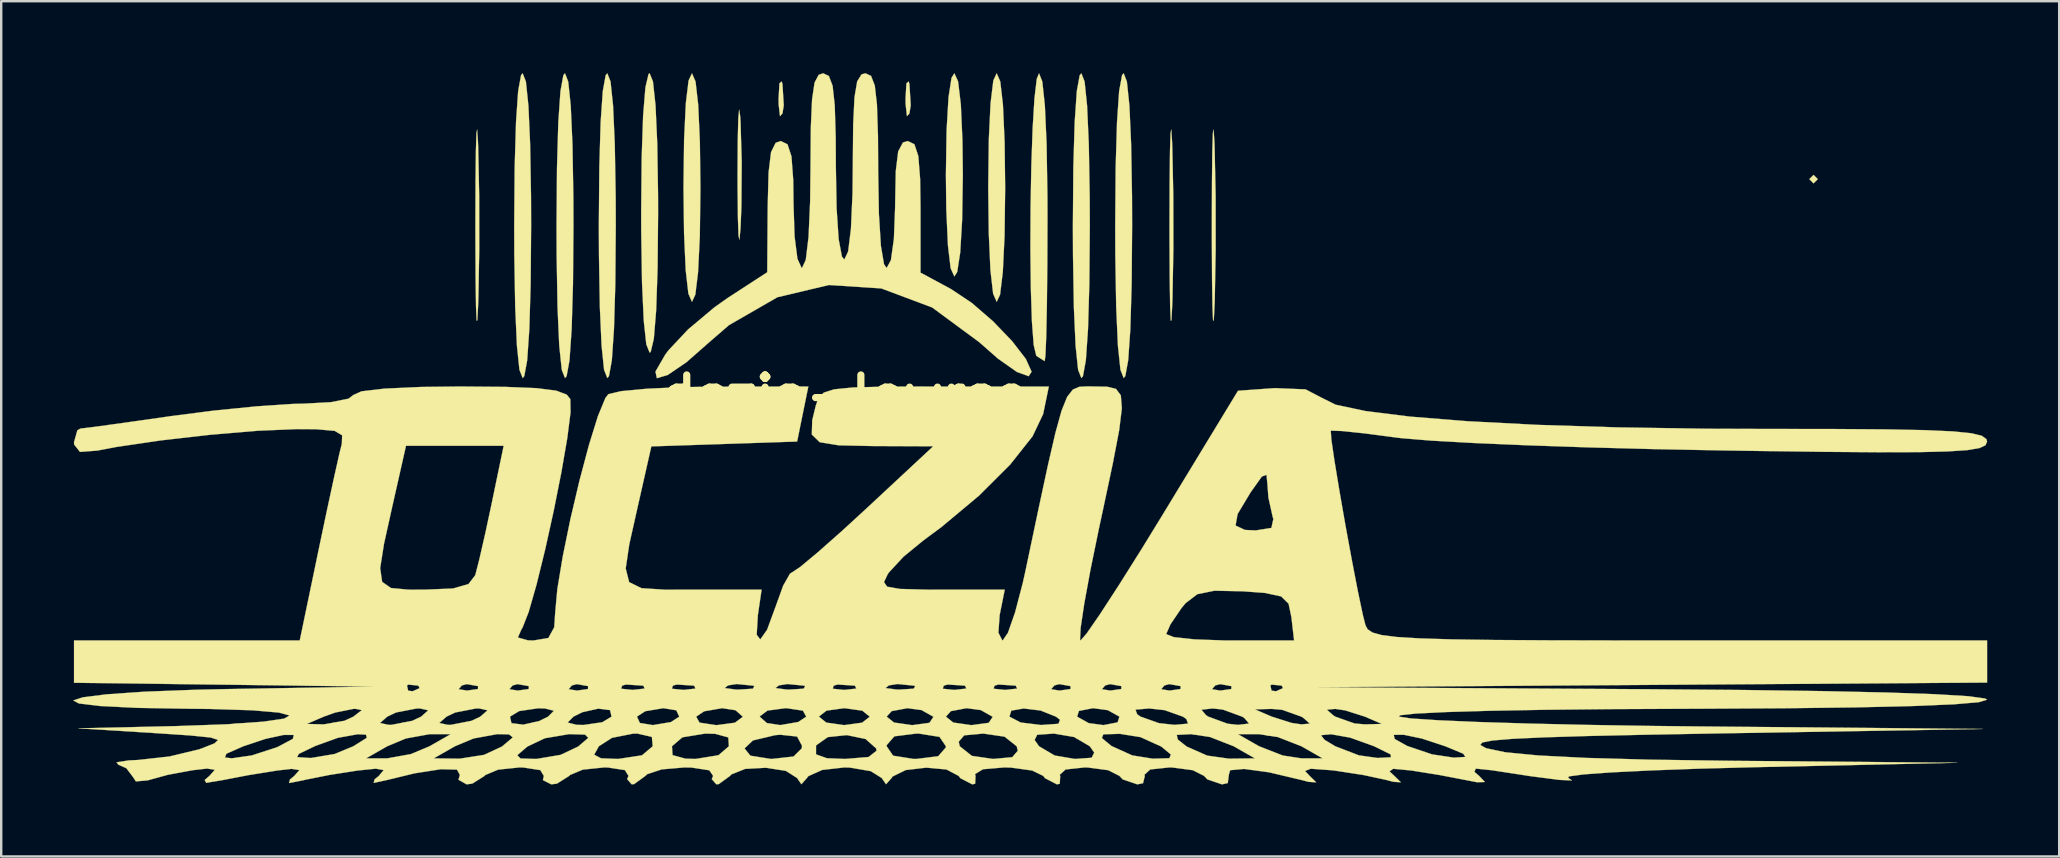
<source format=kicad_pcb>
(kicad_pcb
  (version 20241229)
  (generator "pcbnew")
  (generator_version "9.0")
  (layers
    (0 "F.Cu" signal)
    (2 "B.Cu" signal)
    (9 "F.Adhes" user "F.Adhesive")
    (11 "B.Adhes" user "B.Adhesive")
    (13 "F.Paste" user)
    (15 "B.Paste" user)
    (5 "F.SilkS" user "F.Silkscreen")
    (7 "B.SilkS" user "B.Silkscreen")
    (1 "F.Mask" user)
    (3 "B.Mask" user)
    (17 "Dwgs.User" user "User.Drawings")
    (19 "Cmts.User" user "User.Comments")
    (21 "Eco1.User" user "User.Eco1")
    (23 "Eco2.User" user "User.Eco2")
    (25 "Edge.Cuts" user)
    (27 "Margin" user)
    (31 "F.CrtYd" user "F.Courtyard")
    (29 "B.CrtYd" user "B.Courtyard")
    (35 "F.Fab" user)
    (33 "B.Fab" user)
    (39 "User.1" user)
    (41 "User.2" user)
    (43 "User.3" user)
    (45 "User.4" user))
  (footprint "dczia-lowres"
    (layer "F.Cu")
    (at 32.138 13.411)
    (property "Reference" "dczia-lowres" (at 0 0 0) (layer "F.SilkS") (effects (font (size 1.524 1.524) (thickness 0.3))))
    (attr through_hole)
    (fp_poly (pts (xy 40.569 -8.996) (xy 40.393 -8.819) (xy 40.217 -8.996) (xy 40.393 -9.172) (xy 40.569 -8.996)) (stroke (width 0.01) (type solid)) (fill yes) (layer "F.SilkS"))
    (fp_poly (pts (xy -2.579 -12.965) (xy -2.524 -12.07) (xy -2.579 -11.73) (xy -2.681 -11.62) (xy -2.737 -12.108) (xy -2.74 -12.347) (xy -2.704 -12.989) (xy -2.612 -13.065) (xy -2.579 -12.965)) (stroke (width 0.01) (type solid)) (fill yes) (layer "F.SilkS"))
    (fp_poly (pts (xy 2.713 -12.965) (xy 2.767 -12.07) (xy 2.713 -11.73) (xy 2.61 -11.62) (xy 2.555 -12.108) (xy 2.551 -12.347) (xy 2.588 -12.989) (xy 2.68 -13.065) (xy 2.713 -12.965)) (stroke (width 0.01) (type solid)) (fill yes) (layer "F.SilkS"))
    (fp_poly (pts (xy -4.34 -11.616) (xy -4.325 -11.377) (xy -4.276 -9.7) (xy -4.289 -7.867) (xy -4.325 -6.967) (xy -4.37 -6.47) (xy -4.408 -6.622) (xy -4.435 -7.365) (xy -4.449 -8.643) (xy -4.45 -9.172) (xy -4.442 -10.614) (xy -4.418 -11.54) (xy -4.384 -11.893) (xy -4.34 -11.616)) (stroke (width 0.01) (type solid)) (fill yes) (layer "F.SilkS"))
    (fp_poly (pts (xy -15.269 -10.567) (xy -15.259 -10.319) (xy -15.218 -8.315) (xy -15.215 -6.06) (xy -15.252 -4.003) (xy -15.259 -3.792) (xy -15.294 -3.115) (xy -15.325 -3.097) (xy -15.35 -3.69) (xy -15.367 -4.848) (xy -15.375 -6.525) (xy -15.376 -7.056) (xy -15.37 -8.863) (xy -15.355 -10.164) (xy -15.332 -10.913) (xy -15.303 -11.063) (xy -15.269 -10.567)) (stroke (width 0.01) (type solid)) (fill yes) (layer "F.SilkS"))
    (fp_poly (pts (xy -6.201 -13.065) (xy -6.089 -12.088) (xy -6.02 -10.546) (xy -5.997 -8.643) (xy -6.022 -6.632) (xy -6.095 -5.121) (xy -6.209 -4.182) (xy -6.35 -3.881) (xy -6.499 -4.221) (xy -6.611 -5.198) (xy -6.68 -6.741) (xy -6.703 -8.643) (xy -6.678 -10.655) (xy -6.605 -12.165) (xy -6.491 -13.104) (xy -6.35 -13.406) (xy -6.201 -13.065)) (stroke (width 0.01) (type solid)) (fill yes) (layer "F.SilkS"))
    (fp_poly (pts (xy 4.741 -13.067) (xy 4.856 -12.104) (xy 4.923 -10.597) (xy 4.939 -9.172) (xy 4.911 -7.314) (xy 4.83 -5.939) (xy 4.705 -5.128) (xy 4.586 -4.939) (xy 4.431 -5.278) (xy 4.317 -6.241) (xy 4.249 -7.747) (xy 4.233 -9.172) (xy 4.262 -11.03) (xy 4.342 -12.405) (xy 4.467 -13.216) (xy 4.586 -13.406) (xy 4.741 -13.067)) (stroke (width 0.01) (type solid)) (fill yes) (layer "F.SilkS"))
    (fp_poly (pts (xy 6.499 -13.065) (xy 6.611 -12.088) (xy 6.68 -10.546) (xy 6.703 -8.643) (xy 6.678 -6.632) (xy 6.605 -5.121) (xy 6.491 -4.182) (xy 6.35 -3.881) (xy 6.201 -4.221) (xy 6.089 -5.198) (xy 6.02 -6.741) (xy 5.997 -8.643) (xy 6.022 -10.655) (xy 6.095 -12.165) (xy 6.209 -13.104) (xy 6.35 -13.406) (xy 6.499 -13.065)) (stroke (width 0.01) (type solid)) (fill yes) (layer "F.SilkS"))
    (fp_poly (pts (xy 13.659 -10.567) (xy 13.668 -10.319) (xy 13.71 -8.315) (xy 13.713 -6.06) (xy 13.675 -4.003) (xy 13.668 -3.792) (xy 13.633 -3.115) (xy 13.603 -3.097) (xy 13.578 -3.69) (xy 13.561 -4.848) (xy 13.552 -6.525) (xy 13.552 -7.056) (xy 13.557 -8.863) (xy 13.572 -10.164) (xy 13.595 -10.913) (xy 13.625 -11.063) (xy 13.659 -10.567)) (stroke (width 0.01) (type solid)) (fill yes) (layer "F.SilkS"))
    (fp_poly (pts (xy 15.423 -10.567) (xy 15.432 -10.319) (xy 15.474 -8.315) (xy 15.476 -6.06) (xy 15.439 -4.003) (xy 15.432 -3.792) (xy 15.397 -3.115) (xy 15.367 -3.097) (xy 15.342 -3.69) (xy 15.324 -4.848) (xy 15.316 -6.525) (xy 15.316 -7.056) (xy 15.321 -8.863) (xy 15.336 -10.164) (xy 15.359 -10.913) (xy 15.389 -11.063) (xy 15.423 -10.567)) (stroke (width 0.01) (type solid)) (fill yes) (layer "F.SilkS"))
    (fp_poly (pts (xy -13.271 -13.061) (xy -13.166 -12.059) (xy -13.094 -10.446) (xy -13.057 -8.27) (xy -13.053 -7.056) (xy -13.072 -4.629) (xy -13.128 -2.744) (xy -13.217 -1.446) (xy -13.338 -0.784) (xy -13.406 -0.706) (xy -13.54 -1.05) (xy -13.645 -2.053) (xy -13.717 -3.665) (xy -13.754 -5.841) (xy -13.758 -7.056) (xy -13.739 -9.482) (xy -13.683 -11.368) (xy -13.594 -12.665) (xy -13.473 -13.327) (xy -13.406 -13.406) (xy -13.271 -13.061)) (stroke (width 0.01) (type solid)) (fill yes) (layer "F.SilkS"))
    (fp_poly (pts (xy -11.507 -13.061) (xy -11.402 -12.059) (xy -11.33 -10.446) (xy -11.293 -8.27) (xy -11.289 -7.056) (xy -11.308 -4.629) (xy -11.364 -2.744) (xy -11.453 -1.446) (xy -11.574 -0.784) (xy -11.642 -0.706) (xy -11.776 -1.05) (xy -11.881 -2.053) (xy -11.953 -3.665) (xy -11.99 -5.841) (xy -11.994 -7.056) (xy -11.975 -9.482) (xy -11.92 -11.368) (xy -11.83 -12.665) (xy -11.709 -13.327) (xy -11.642 -13.406) (xy -11.507 -13.061)) (stroke (width 0.01) (type solid)) (fill yes) (layer "F.SilkS"))
    (fp_poly (pts (xy -9.743 -13.061) (xy -9.638 -12.059) (xy -9.566 -10.446) (xy -9.529 -8.27) (xy -9.525 -7.056) (xy -9.544 -4.629) (xy -9.6 -2.744) (xy -9.689 -1.446) (xy -9.81 -0.784) (xy -9.878 -0.706) (xy -10.013 -1.05) (xy -10.117 -2.053) (xy -10.189 -3.665) (xy -10.226 -5.841) (xy -10.231 -7.056) (xy -10.211 -9.482) (xy -10.156 -11.368) (xy -10.066 -12.665) (xy -9.945 -13.327) (xy -9.878 -13.406) (xy -9.743 -13.061)) (stroke (width 0.01) (type solid)) (fill yes) (layer "F.SilkS"))
    (fp_poly (pts (xy -7.975 -13.062) (xy -7.868 -12.066) (xy -7.796 -10.472) (xy -7.763 -8.333) (xy -7.761 -7.585) (xy -7.782 -5.29) (xy -7.842 -3.525) (xy -7.939 -2.343) (xy -8.069 -1.796) (xy -8.114 -1.764) (xy -8.253 -2.108) (xy -8.36 -3.103) (xy -8.432 -4.697) (xy -8.465 -6.837) (xy -8.467 -7.585) (xy -8.446 -9.879) (xy -8.386 -11.644) (xy -8.289 -12.827) (xy -8.159 -13.373) (xy -8.114 -13.406) (xy -7.975 -13.062)) (stroke (width 0.01) (type solid)) (fill yes) (layer "F.SilkS"))
    (fp_poly (pts (xy 10.013 -13.061) (xy 10.117 -12.059) (xy 10.189 -10.446) (xy 10.226 -8.27) (xy 10.231 -7.056) (xy 10.211 -4.629) (xy 10.156 -2.744) (xy 10.066 -1.446) (xy 9.945 -0.784) (xy 9.878 -0.706) (xy 9.743 -1.05) (xy 9.638 -2.053) (xy 9.566 -3.665) (xy 9.529 -5.841) (xy 9.525 -7.056) (xy 9.544 -9.482) (xy 9.6 -11.368) (xy 9.689 -12.665) (xy 9.81 -13.327) (xy 9.878 -13.406) (xy 10.013 -13.061)) (stroke (width 0.01) (type solid)) (fill yes) (layer "F.SilkS"))
    (fp_poly (pts (xy 11.776 -13.061) (xy 11.881 -12.059) (xy 11.953 -10.446) (xy 11.99 -8.27) (xy 11.994 -7.056) (xy 11.975 -4.629) (xy 11.92 -2.744) (xy 11.83 -1.446) (xy 11.709 -0.784) (xy 11.642 -0.706) (xy 11.507 -1.05) (xy 11.402 -2.053) (xy 11.33 -3.665) (xy 11.293 -5.841) (xy 11.289 -7.056) (xy 11.308 -9.482) (xy 11.364 -11.368) (xy 11.453 -12.665) (xy 11.574 -13.327) (xy 11.642 -13.406) (xy 11.776 -13.061)) (stroke (width 0.01) (type solid)) (fill yes) (layer "F.SilkS"))
    (fp_poly (pts (xy 8.251 -13.062) (xy 8.358 -12.064) (xy 8.43 -10.463) (xy 8.464 -8.31) (xy 8.467 -7.408) (xy 8.46 -5.44) (xy 8.442 -3.743) (xy 8.415 -2.433) (xy 8.38 -1.622) (xy 8.349 -1.411) (xy 8.031 -1.612) (xy 7.996 -1.646) (xy 7.892 -2.083) (xy 7.818 -3.059) (xy 7.773 -4.435) (xy 7.754 -6.068) (xy 7.762 -7.819) (xy 7.793 -9.546) (xy 7.848 -11.108) (xy 7.924 -12.365) (xy 8.02 -13.174) (xy 8.114 -13.406) (xy 8.251 -13.062)) (stroke (width 0.01) (type solid)) (fill yes) (layer "F.SilkS"))
    (fp_poly (pts (xy 1.114 -13.297) (xy 1.269 -12.899) (xy 1.36 -12.101) (xy 1.403 -10.793) (xy 1.411 -9.349) (xy 1.441 -7.543) (xy 1.524 -6.215) (xy 1.654 -5.448) (xy 1.764 -5.292) (xy 1.942 -5.62) (xy 2.066 -6.509) (xy 2.116 -7.813) (xy 2.117 -7.938) (xy 2.144 -9.333) (xy 2.245 -10.152) (xy 2.443 -10.523) (xy 2.646 -10.583) (xy 2.921 -10.448) (xy 3.084 -9.957) (xy 3.16 -8.986) (xy 3.175 -7.841) (xy 3.175 -5.099) (xy 4.447 -4.414) (xy 5.312 -3.837) (xy 6.199 -3.07) (xy 6.989 -2.248) (xy 7.564 -1.503) (xy 7.805 -0.969) (xy 7.683 -0.782) (xy 7.194 -0.958) (xy 6.402 -1.515) (xy 5.619 -2.203) (xy 3.66 -3.647) (xy 1.54 -4.441) (xy -0.642 -4.583) (xy -2.791 -4.073) (xy -4.809 -2.91) (xy -5.547 -2.272) (xy -6.582 -1.363) (xy -7.361 -0.833) (xy -7.813 -0.699) (xy -7.871 -0.975) (xy -7.465 -1.679) (xy -7.337 -1.852) (xy -6.514 -2.73) (xy -5.407 -3.659) (xy -4.841 -4.057) (xy -3.213 -5.115) (xy -3.194 -7.849) (xy -3.157 -9.274) (xy -3.055 -10.119) (xy -2.861 -10.511) (xy -2.646 -10.583) (xy -2.367 -10.445) (xy -2.203 -9.944) (xy -2.129 -8.953) (xy -2.117 -7.938) (xy -2.073 -6.604) (xy -1.954 -5.675) (xy -1.78 -5.294) (xy -1.764 -5.292) (xy -1.607 -5.63) (xy -1.491 -6.588) (xy -1.425 -8.08) (xy -1.411 -9.349) (xy -1.397 -11.13) (xy -1.345 -12.316) (xy -1.241 -13.017) (xy -1.07 -13.342) (xy -0.882 -13.406) (xy -0.645 -13.295) (xy -0.489 -12.888) (xy -0.399 -12.072) (xy -0.359 -10.737) (xy -0.353 -9.525) (xy -0.322 -7.774) (xy -0.236 -6.493) (xy -0.101 -5.771) (xy 0 -5.644) (xy 0.159 -5.982) (xy 0.276 -6.934) (xy 0.341 -8.41) (xy 0.353 -9.525) (xy 0.368 -11.262) (xy 0.423 -12.406) (xy 0.535 -13.068) (xy 0.717 -13.361) (xy 0.882 -13.406) (xy 1.114 -13.297)) (stroke (width 0.01) (type solid)) (fill yes) (layer "F.SilkS"))
    (fp_poly (pts (xy 10.435 -0.353) (xy 10.96 -0.344) (xy 11.322 -0.254) (xy 11.523 0.013) (xy 11.566 0.555) (xy 11.455 1.466) (xy 11.191 2.845) (xy 10.779 4.786) (xy 10.613 5.556) (xy 10.263 7.26) (xy 10.001 8.686) (xy 9.848 9.708) (xy 9.824 10.204) (xy 9.844 10.231) (xy 10.076 9.966) (xy 13.413 9.966) (xy 13.734 10.092) (xy 14.588 10.185) (xy 15.806 10.229) (xy 16.075 10.231) (xy 18.744 10.231) (xy 18.632 9.26) (xy 18.514 8.699) (xy 18.203 8.394) (xy 17.514 8.248) (xy 16.598 8.181) (xy 15.425 8.158) (xy 14.712 8.302) (xy 14.22 8.678) (xy 14.048 8.887) (xy 13.592 9.559) (xy 13.413 9.966) (xy 10.076 9.966) (xy 10.096 9.944) (xy 10.645 9.15) (xy 11.429 7.945) (xy 12.383 6.429) (xy 12.99 5.441) (xy 16.305 5.441) (xy 16.695 5.624) (xy 17.147 5.644) (xy 17.798 5.54) (xy 17.88 5.165) (xy 17.853 5.086) (xy 17.672 4.267) (xy 17.637 3.764) (xy 17.594 3.325) (xy 17.4 3.4) (xy 16.949 4.033) (xy 16.933 4.057) (xy 16.39 4.961) (xy 16.305 5.441) (xy 12.99 5.441) (xy 13.244 5.027) (xy 16.407 -0.176) (xy 17.938 -0.286) (xy 19.223 -0.234) (xy 19.877 0.107) (xy 20.473 0.404) (xy 21.723 0.67) (xy 23.574 0.901) (xy 25.976 1.094) (xy 28.877 1.245) (xy 32.225 1.35) (xy 35.969 1.407) (xy 38.365 1.415) (xy 41.191 1.418) (xy 43.388 1.433) (xy 45.032 1.465) (xy 46.199 1.517) (xy 46.965 1.594) (xy 47.406 1.7) (xy 47.598 1.84) (xy 47.625 1.947) (xy 47.557 2.097) (xy 47.308 2.213) (xy 46.806 2.298) (xy 45.981 2.353) (xy 44.763 2.383) (xy 43.081 2.387) (xy 40.866 2.37) (xy 38.047 2.333) (xy 36.601 2.311) (xy 33.737 2.256) (xy 30.976 2.183) (xy 28.43 2.096) (xy 26.214 2.001) (xy 24.44 1.901) (xy 23.222 1.801) (xy 22.966 1.769) (xy 21.703 1.603) (xy 20.751 1.503) (xy 20.29 1.486) (xy 20.273 1.493) (xy 20.297 1.856) (xy 20.427 2.743) (xy 20.632 3.986) (xy 20.882 5.417) (xy 21.149 6.868) (xy 21.4 8.171) (xy 21.608 9.158) (xy 21.721 9.603) (xy 21.811 9.767) (xy 22.011 9.9) (xy 22.391 10.005) (xy 23.017 10.085) (xy 23.958 10.143) (xy 25.282 10.184) (xy 27.058 10.21) (xy 29.352 10.224) (xy 32.234 10.23) (xy 34.772 10.231) (xy 47.625 10.231) (xy 47.625 11.986) (xy 19.579 12.179) (xy 33.602 12.263) (xy 37.49 12.295) (xy 40.776 12.341) (xy 43.444 12.4) (xy 45.473 12.471) (xy 46.844 12.554) (xy 47.538 12.649) (xy 47.625 12.7) (xy 47.276 12.804) (xy 46.24 12.892) (xy 44.538 12.963) (xy 42.189 13.019) (xy 39.212 13.056) (xy 35.627 13.076) (xy 35.013 13.078) (xy 31.908 13.092) (xy 29.179 13.12) (xy 26.883 13.162) (xy 25.077 13.215) (xy 23.818 13.277) (xy 23.165 13.348) (xy 23.107 13.406) (xy 23.619 13.481) (xy 24.749 13.556) (xy 26.408 13.628) (xy 28.507 13.693) (xy 30.96 13.749) (xy 33.677 13.793) (xy 35.631 13.814) (xy 47.449 13.919) (xy 36.513 14.103) (xy 33.439 14.159) (xy 31.012 14.212) (xy 29.173 14.268) (xy 27.861 14.329) (xy 27.019 14.399) (xy 26.587 14.483) (xy 26.506 14.584) (xy 26.717 14.706) (xy 26.776 14.728) (xy 27.55 14.891) (xy 28.92 15.023) (xy 30.912 15.125) (xy 33.554 15.198) (xy 36.872 15.245) (xy 37.183 15.248) (xy 46.39 15.327) (xy 37.924 15.513) (xy 35.612 15.574) (xy 33.598 15.648) (xy 31.968 15.729) (xy 30.807 15.813) (xy 30.201 15.895) (xy 30.163 15.952) (xy 30.322 16.065) (xy 29.798 16.042) (xy 28.586 15.885) (xy 26.988 15.64) (xy 26.319 15.571) (xy 26.258 15.704) (xy 26.458 15.878) (xy 26.696 16.129) (xy 26.372 16.14) (xy 25.929 16.054) (xy 24.796 15.837) (xy 23.636 15.651) (xy 22.876 15.578) (xy 22.722 15.686) (xy 22.931 15.883) (xy 23.194 16.142) (xy 22.882 16.122) (xy 22.578 16.042) (xy 21.632 15.838) (xy 20.461 15.658) (xy 20.285 15.638) (xy 19.438 15.576) (xy 19.2 15.671) (xy 19.403 15.885) (xy 19.666 16.143) (xy 19.352 16.124) (xy 19.05 16.045) (xy 17.69 15.724) (xy 16.659 15.585) (xy 16.078 15.638) (xy 16.024 15.831) (xy 15.981 16.174) (xy 15.74 16.228) (xy 15.131 16.021) (xy 14.993 15.875) (xy 14.525 15.638) (xy 13.667 15.524) (xy 13.54 15.522) (xy 12.749 15.607) (xy 12.504 15.831) (xy 12.524 15.875) (xy 12.448 16.18) (xy 12.212 16.228) (xy 11.603 16.021) (xy 11.465 15.875) (xy 10.997 15.638) (xy 10.139 15.524) (xy 10.013 15.522) (xy 9.221 15.607) (xy 8.976 15.831) (xy 8.996 15.875) (xy 8.98 16.201) (xy 8.861 16.228) (xy 8.362 15.97) (xy 8.29 15.875) (xy 7.828 15.651) (xy 6.949 15.529) (xy 6.661 15.522) (xy 5.778 15.598) (xy 5.447 15.801) (xy 5.468 15.875) (xy 5.452 16.201) (xy 5.333 16.228) (xy 4.835 15.97) (xy 4.763 15.875) (xy 4.259 15.608) (xy 3.416 15.531) (xy 2.557 15.632) (xy 2.008 15.902) (xy 1.97 15.963) (xy 1.738 16.223) (xy 1.558 15.963) (xy 1.103 15.678) (xy 0.236 15.529) (xy 0 15.522) (xy -0.922 15.627) (xy -1.502 15.887) (xy -1.558 15.963) (xy -1.79 16.223) (xy -1.97 15.963) (xy -2.436 15.666) (xy -3.265 15.536) (xy -4.133 15.583) (xy -4.716 15.817) (xy -4.762 15.875) (xy -5.23 16.215) (xy -5.333 16.228) (xy -5.525 16.01) (xy -5.468 15.875) (xy -5.626 15.642) (xy -6.368 15.528) (xy -6.661 15.522) (xy -7.607 15.603) (xy -8.218 15.804) (xy -8.29 15.875) (xy -8.758 16.215) (xy -8.861 16.228) (xy -9.052 16.01) (xy -8.996 15.875) (xy -9.144 15.634) (xy -9.859 15.524) (xy -10.013 15.522) (xy -10.899 15.614) (xy -11.437 15.839) (xy -11.465 15.875) (xy -11.974 16.196) (xy -12.212 16.228) (xy -12.561 16.051) (xy -12.524 15.875) (xy -12.671 15.634) (xy -13.387 15.524) (xy -13.54 15.522) (xy -14.426 15.614) (xy -14.965 15.839) (xy -14.993 15.875) (xy -15.502 16.196) (xy -15.74 16.228) (xy -16.08 16.037) (xy -16.024 15.831) (xy -16.144 15.614) (xy -16.815 15.597) (xy -17.915 15.769) (xy -19.05 16.045) (xy -19.615 16.167) (xy -19.579 16.023) (xy -19.403 15.878) (xy -19.198 15.634) (xy -19.523 15.574) (xy -20.285 15.652) (xy -21.446 15.833) (xy -22.459 16.035) (xy -22.578 16.064) (xy -23.143 16.173) (xy -23.104 16.024) (xy -22.931 15.883) (xy -22.71 15.633) (xy -23.037 15.582) (xy -23.636 15.651) (xy -24.842 15.845) (xy -25.929 16.054) (xy -26.594 16.164) (xy -26.658 16.047) (xy -26.458 15.873) (xy -26.236 15.621) (xy -26.558 15.569) (xy -27.164 15.639) (xy -28.19 15.829) (xy -28.987 16.048) (xy -29.016 16.059) (xy -29.525 16.105) (xy -29.633 15.939) (xy -29.924 15.553) (xy -30.251 15.413) (xy -30.331 15.308) (xy -29.823 15.23) (xy -29.421 15.21) (xy -28.828 15.144) (xy -19.932 15.144) (xy -19.05 15.144) (xy -17.11 15.144) (xy -16.031 15.157) (xy -15.108 15.013) (xy -13.63 15.013) (xy -13.496 15.149) (xy -12.835 15.169) (xy -11.821 14.997) (xy -11.809 14.992) (xy -10.425 14.992) (xy -10.137 15.142) (xy -9.43 15.169) (xy -8.433 15.017) (xy -7.986 14.64) (xy -7.183 14.64) (xy -7.159 15.009) (xy -6.617 15.157) (xy -6.2 15.169) (xy -5.245 15.013) (xy -4.914 14.729) (xy -4.159 14.729) (xy -3.916 15.032) (xy -3.06 15.169) (xy -3.028 15.169) (xy -2.118 15.067) (xy -2.026 14.977) (xy -1.179 14.977) (xy -0.726 15.139) (xy 0.04 15.169) (xy 1.011 15.087) (xy 1.34 14.828) (xy 1.325 14.728) (xy 1.226 14.64) (xy 1.764 14.64) (xy 2.032 15.032) (xy 2.886 15.168) (xy 2.999 15.169) (xy 3.912 15.055) (xy 4.231 14.688) (xy 4.233 14.64) (xy 4.105 14.452) (xy 4.767 14.452) (xy 4.811 14.64) (xy 5.315 15.04) (xy 6.2 15.169) (xy 6.999 15.095) (xy 7.228 14.828) (xy 7.183 14.64) (xy 6.851 14.377) (xy 7.93 14.377) (xy 8.114 14.64) (xy 8.767 15.025) (xy 9.611 15.169) (xy 10.307 15.119) (xy 10.414 14.904) (xy 10.231 14.64) (xy 9.648 14.297) (xy 10.733 14.297) (xy 11.133 14.629) (xy 12 15.021) (xy 12.856 15.158) (xy 13.547 15.138) (xy 13.609 14.983) (xy 13.208 14.651) (xy 12.342 14.259) (xy 11.756 14.166) (xy 13.855 14.166) (xy 13.896 14.357) (xy 14.267 14.651) (xy 15.122 15.029) (xy 16.031 15.157) (xy 17.11 15.144) (xy 16.228 14.64) (xy 15.242 14.255) (xy 14.472 14.136) (xy 16.404 14.136) (xy 17.286 14.64) (xy 18.272 15.025) (xy 19.05 15.144) (xy 19.932 15.144) (xy 19.05 14.64) (xy 18.064 14.256) (xy 17.563 14.179) (xy 19.863 14.179) (xy 20.011 14.369) (xy 20.461 14.64) (xy 21.445 15.019) (xy 22.225 15.128) (xy 22.782 15.098) (xy 22.765 14.977) (xy 22.14 14.669) (xy 22.049 14.628) (xy 21.084 14.281) (xy 20.431 14.165) (xy 22.897 14.165) (xy 22.936 14.335) (xy 23.46 14.628) (xy 24.496 14.978) (xy 25.4 15.114) (xy 25.884 15.084) (xy 25.794 14.951) (xy 25.082 14.654) (xy 25.047 14.64) (xy 24.072 14.319) (xy 23.315 14.161) (xy 22.897 14.165) (xy 20.431 14.165) (xy 20.285 14.14) (xy 19.863 14.179) (xy 17.563 14.179) (xy 17.286 14.136) (xy 16.404 14.136) (xy 14.472 14.136) (xy 14.464 14.135) (xy 13.855 14.166) (xy 11.756 14.166) (xy 11.486 14.122) (xy 10.795 14.142) (xy 10.733 14.297) (xy 9.648 14.297) (xy 9.577 14.255) (xy 8.733 14.111) (xy 8.037 14.161) (xy 7.93 14.377) (xy 6.851 14.377) (xy 6.68 14.241) (xy 5.794 14.111) (xy 4.995 14.185) (xy 4.767 14.452) (xy 4.105 14.452) (xy 3.966 14.249) (xy 3.111 14.112) (xy 2.999 14.111) (xy 2.085 14.226) (xy 1.766 14.592) (xy 1.764 14.64) (xy 1.226 14.64) (xy 0.884 14.337) (xy 0.104 14.175) (xy -0.688 14.258) (xy -1.169 14.598) (xy -1.179 14.621) (xy -1.179 14.977) (xy -2.026 14.977) (xy -1.774 14.729) (xy -1.764 14.618) (xy -1.968 14.235) (xy -2.669 14.16) (xy -2.883 14.177) (xy -3.808 14.397) (xy -4.159 14.729) (xy -4.914 14.729) (xy -4.811 14.64) (xy -4.836 14.271) (xy -5.378 14.123) (xy -5.794 14.111) (xy -6.749 14.267) (xy -7.183 14.64) (xy -7.986 14.64) (xy -8.021 14.25) (xy -8.612 14.114) (xy -8.787 14.111) (xy -9.679 14.287) (xy -10.231 14.64) (xy -10.425 14.992) (xy -11.809 14.992) (xy -11.092 14.651) (xy -10.67 14.29) (xy -10.805 14.154) (xy -11.465 14.134) (xy -12.48 14.306) (xy -13.208 14.651) (xy -13.63 15.013) (xy -15.108 15.013) (xy -15.013 14.998) (xy -14.267 14.651) (xy -13.815 14.269) (xy -13.976 14.145) (xy -14.464 14.135) (xy -15.45 14.315) (xy -16.228 14.64) (xy -17.11 15.144) (xy -19.05 15.144) (xy -18.064 14.966) (xy -17.286 14.64) (xy -16.404 14.136) (xy -17.286 14.136) (xy -18.272 14.315) (xy -19.05 14.64) (xy -19.932 15.144) (xy -28.828 15.144) (xy -28.489 15.107) (xy -25.814 15.107) (xy -25.529 15.143) (xy -25.182 15.092) (xy -22.806 15.092) (xy -22.301 15.127) (xy -22.225 15.128) (xy -21.241 14.962) (xy -20.461 14.64) (xy -19.901 14.287) (xy -19.935 14.155) (xy -20.285 14.14) (xy -21.104 14.287) (xy -22.049 14.628) (xy -22.733 14.957) (xy -22.806 15.092) (xy -25.182 15.092) (xy -24.695 15.022) (xy -23.677 14.692) (xy -23.588 14.654) (xy -22.981 14.33) (xy -22.945 14.168) (xy -23.364 14.168) (xy -24.121 14.332) (xy -25.047 14.64) (xy -25.753 14.951) (xy -25.814 15.107) (xy -28.489 15.107) (xy -28.133 15.067) (xy -26.899 14.771) (xy -26.776 14.728) (xy -26.249 14.519) (xy -26.099 14.377) (xy -26.405 14.276) (xy -27.251 14.19) (xy -28.717 14.092) (xy -28.751 14.09) (xy -31.926 13.892) (xy -27.869 13.8) (xy -25.732 13.724) (xy -25.52 13.709) (xy -22.401 13.709) (xy -21.696 13.728) (xy -21.362 13.67) (xy -19.349 13.67) (xy -19.005 13.746) (xy -18.874 13.748) (xy -18.473 13.67) (xy -16.88 13.67) (xy -16.535 13.746) (xy -16.404 13.748) (xy -15.536 13.579) (xy -15.169 13.406) (xy -13.935 13.406) (xy -13.872 13.677) (xy -13.384 13.739) (xy -12.991 13.651) (xy -11.532 13.651) (xy -11.164 13.746) (xy -10.869 13.753) (xy -10.088 13.639) (xy -9.701 13.406) (xy -8.643 13.406) (xy -8.52 13.669) (xy -7.979 13.758) (xy -7.224 13.631) (xy -6.879 13.406) (xy -6.174 13.406) (xy -6.036 13.655) (xy -5.349 13.758) (xy -5.312 13.758) (xy -4.56 13.658) (xy -4.234 13.415) (xy -4.233 13.406) (xy -3.528 13.406) (xy -3.227 13.673) (xy -2.667 13.758) (xy -1.92 13.628) (xy -1.587 13.406) (xy -1.058 13.406) (xy -0.752 13.653) (xy -0.013 13.758) (xy 0 13.758) (xy 0.743 13.656) (xy 1.058 13.41) (xy 1.058 13.406) (xy 1.764 13.406) (xy 2.071 13.651) (xy 2.813 13.758) (xy 2.843 13.758) (xy 3.548 13.663) (xy 3.711 13.418) (xy 3.704 13.406) (xy 4.233 13.406) (xy 4.54 13.651) (xy 5.282 13.758) (xy 5.312 13.758) (xy 6.018 13.663) (xy 6.181 13.418) (xy 6.174 13.406) (xy 6.879 13.406) (xy 7.352 13.65) (xy 8.192 13.753) (xy 8.223 13.753) (xy 8.923 13.703) (xy 8.989 13.536) (xy 8.819 13.406) (xy 9.701 13.406) (xy 10.186 13.676) (xy 10.801 13.758) (xy 11.389 13.644) (xy 11.465 13.406) (xy 10.98 13.135) (xy 10.823 13.114) (xy 12.134 13.114) (xy 12.205 13.307) (xy 12.347 13.406) (xy 13.11 13.676) (xy 13.758 13.748) (xy 14.324 13.697) (xy 14.254 13.505) (xy 14.111 13.406) (xy 13.349 13.135) (xy 13.184 13.117) (xy 14.883 13.117) (xy 15.072 13.341) (xy 15.169 13.406) (xy 15.973 13.7) (xy 16.404 13.748) (xy 16.867 13.694) (xy 16.678 13.47) (xy 16.581 13.406) (xy 15.777 13.111) (xy 15.698 13.102) (xy 17.11 13.102) (xy 17.815 13.406) (xy 18.639 13.667) (xy 19.05 13.728) (xy 19.401 13.696) (xy 19.139 13.464) (xy 19.05 13.406) (xy 18.249 13.121) (xy 18.182 13.115) (xy 20.11 13.115) (xy 20.372 13.347) (xy 20.461 13.406) (xy 21.262 13.69) (xy 21.696 13.728) (xy 22.401 13.709) (xy 21.696 13.406) (xy 20.872 13.144) (xy 20.461 13.083) (xy 20.11 13.115) (xy 18.182 13.115) (xy 17.815 13.083) (xy 17.11 13.102) (xy 15.698 13.102) (xy 15.346 13.064) (xy 14.883 13.117) (xy 13.184 13.117) (xy 12.7 13.064) (xy 12.134 13.114) (xy 10.823 13.114) (xy 10.365 13.053) (xy 9.778 13.167) (xy 9.701 13.406) (xy 8.819 13.406) (xy 8.177 13.15) (xy 7.473 13.066) (xy 6.959 13.155) (xy 6.879 13.406) (xy 6.174 13.406) (xy 5.687 13.132) (xy 5.094 13.053) (xy 4.442 13.176) (xy 4.233 13.406) (xy 3.704 13.406) (xy 3.218 13.132) (xy 2.625 13.053) (xy 1.972 13.176) (xy 1.764 13.406) (xy 1.058 13.406) (xy 0.752 13.158) (xy 0.013 13.053) (xy 0 13.053) (xy -0.743 13.155) (xy -1.058 13.401) (xy -1.058 13.406) (xy -1.587 13.406) (xy -1.725 13.156) (xy -2.412 13.053) (xy -2.449 13.053) (xy -3.201 13.153) (xy -3.527 13.396) (xy -3.528 13.406) (xy -4.233 13.406) (xy -4.535 13.138) (xy -5.094 13.053) (xy -5.841 13.183) (xy -6.174 13.406) (xy -6.879 13.406) (xy -7.002 13.142) (xy -7.543 13.053) (xy -8.298 13.18) (xy -8.643 13.406) (xy -9.701 13.406) (xy -9.764 13.134) (xy -10.252 13.072) (xy -10.915 13.22) (xy -11.289 13.406) (xy -11.532 13.651) (xy -12.991 13.651) (xy -12.721 13.591) (xy -12.347 13.406) (xy -12.104 13.16) (xy -12.473 13.066) (xy -12.767 13.058) (xy -13.549 13.173) (xy -13.935 13.406) (xy -15.169 13.406) (xy -14.87 13.141) (xy -15.215 13.065) (xy -15.346 13.064) (xy -16.214 13.232) (xy -16.581 13.406) (xy -16.88 13.67) (xy -18.473 13.67) (xy -18.006 13.579) (xy -17.639 13.406) (xy -17.34 13.141) (xy -17.684 13.065) (xy -17.815 13.064) (xy -18.683 13.232) (xy -19.05 13.406) (xy -19.349 13.67) (xy -21.362 13.67) (xy -20.83 13.577) (xy -20.461 13.406) (xy -20.11 13.134) (xy -20.372 13.08) (xy -20.461 13.083) (xy -21.217 13.235) (xy -21.696 13.406) (xy -22.401 13.709) (xy -25.52 13.709) (xy -24.219 13.615) (xy -23.344 13.488) (xy -23.119 13.357) (xy -23.555 13.237) (xy -24.666 13.141) (xy -26.463 13.085) (xy -27.252 13.078) (xy -29.479 13.04) (xy -31.022 12.963) (xy -31.9 12.856) (xy -32.133 12.731) (xy -31.742 12.601) (xy -30.744 12.475) (xy -29.161 12.365) (xy -27.011 12.284) (xy -25.841 12.258) (xy -19.579 12.153) (xy -22.843 12.112) (xy -18.227 12.112) (xy -18.178 12.322) (xy -17.992 12.347) (xy -17.802 12.263) (xy -16.075 12.263) (xy -15.728 12.319) (xy -15.329 12.263) (xy -13.958 12.263) (xy -13.611 12.319) (xy -13.213 12.263) (xy -11.489 12.263) (xy -11.142 12.319) (xy -10.684 12.255) (xy -10.684 12.242) (xy -9.305 12.242) (xy -8.819 12.292) (xy -8.375 12.242) (xy -7.188 12.242) (xy -6.703 12.292) (xy -6.202 12.236) (xy -6.212 12.215) (xy -4.988 12.215) (xy -4.519 12.276) (xy -4.41 12.278) (xy -3.807 12.24) (xy -3.795 12.215) (xy -2.871 12.215) (xy -2.403 12.276) (xy -2.293 12.278) (xy -1.723 12.242) (xy -0.485 12.242) (xy 0 12.292) (xy 0.501 12.236) (xy 0.491 12.215) (xy 1.715 12.215) (xy 2.184 12.276) (xy 2.293 12.278) (xy 2.863 12.242) (xy 4.101 12.242) (xy 4.586 12.292) (xy 5.03 12.242) (xy 6.217 12.242) (xy 6.703 12.292) (xy 6.962 12.263) (xy 8.62 12.263) (xy 8.966 12.319) (xy 9.365 12.263) (xy 10.736 12.263) (xy 11.083 12.319) (xy 11.482 12.263) (xy 13.206 12.263) (xy 13.553 12.319) (xy 13.951 12.263) (xy 15.322 12.263) (xy 15.669 12.319) (xy 16.127 12.255) (xy 16.132 12.134) (xy 16.009 12.112) (xy 17.756 12.112) (xy 17.805 12.322) (xy 17.992 12.347) (xy 18.282 12.218) (xy 18.227 12.112) (xy 17.808 12.07) (xy 17.756 12.112) (xy 16.009 12.112) (xy 15.66 12.05) (xy 15.456 12.106) (xy 15.322 12.263) (xy 13.951 12.263) (xy 14.01 12.255) (xy 14.016 12.134) (xy 13.543 12.05) (xy 13.339 12.106) (xy 13.206 12.263) (xy 11.482 12.263) (xy 11.541 12.255) (xy 11.546 12.134) (xy 11.074 12.05) (xy 10.87 12.106) (xy 10.736 12.263) (xy 9.365 12.263) (xy 9.424 12.255) (xy 9.429 12.134) (xy 8.957 12.05) (xy 8.753 12.106) (xy 8.62 12.263) (xy 6.962 12.263) (xy 7.204 12.236) (xy 7.144 12.114) (xy 6.421 12.067) (xy 6.262 12.114) (xy 6.217 12.242) (xy 5.03 12.242) (xy 5.087 12.236) (xy 5.027 12.114) (xy 4.305 12.067) (xy 4.145 12.114) (xy 4.101 12.242) (xy 2.863 12.242) (xy 2.896 12.24) (xy 2.949 12.13) (xy 2.917 12.116) (xy 2.217 12.046) (xy 1.859 12.103) (xy 1.715 12.215) (xy 0.491 12.215) (xy 0.441 12.114) (xy -0.281 12.067) (xy -0.441 12.114) (xy -0.485 12.242) (xy -1.723 12.242) (xy -1.691 12.24) (xy -1.638 12.13) (xy -1.669 12.116) (xy -2.369 12.046) (xy -2.727 12.103) (xy -2.871 12.215) (xy -3.795 12.215) (xy -3.754 12.13) (xy -3.786 12.116) (xy -4.486 12.046) (xy -4.844 12.103) (xy -4.988 12.215) (xy -6.212 12.215) (xy -6.262 12.114) (xy -6.984 12.067) (xy -7.144 12.114) (xy -7.188 12.242) (xy -8.375 12.242) (xy -8.319 12.236) (xy -8.378 12.114) (xy -9.101 12.067) (xy -9.26 12.114) (xy -9.305 12.242) (xy -10.684 12.242) (xy -10.679 12.134) (xy -11.151 12.05) (xy -11.355 12.106) (xy -11.489 12.263) (xy -13.213 12.263) (xy -13.154 12.255) (xy -13.148 12.134) (xy -13.62 12.05) (xy -13.824 12.106) (xy -13.958 12.263) (xy -15.329 12.263) (xy -15.27 12.255) (xy -15.265 12.134) (xy -15.737 12.05) (xy -15.941 12.106) (xy -16.075 12.263) (xy -17.802 12.263) (xy -17.701 12.218) (xy -17.756 12.112) (xy -18.175 12.07) (xy -18.227 12.112) (xy -22.843 12.112) (xy -25.841 12.074) (xy -32.103 11.994) (xy -32.103 10.231) (xy -22.696 10.231) (xy -22.068 7.217) (xy -19.344 7.217) (xy -19.262 7.789) (xy -18.892 8.045) (xy -18.185 8.112) (xy -17.486 8.114) (xy -16.31 8.064) (xy -15.666 7.881) (xy -15.384 7.515) (xy -15.378 7.497) (xy -15.211 6.847) (xy -14.96 5.749) (xy -14.692 4.498) (xy -14.197 2.117) (xy -18.268 2.117) (xy -18.835 4.629) (xy -19.185 6.206) (xy -19.344 7.217) (xy -22.068 7.217) (xy -21.906 6.438) (xy -21.568 4.832) (xy -21.267 3.44) (xy -21.041 2.434) (xy -20.941 2.028) (xy -20.929 1.681) (xy -21.24 1.496) (xy -22.02 1.427) (xy -22.819 1.422) (xy -24.429 1.49) (xy -26.418 1.658) (xy -28.481 1.893) (xy -30.314 2.163) (xy -31.133 2.318) (xy -31.855 2.373) (xy -32.098 2.066) (xy -32.103 1.968) (xy -31.965 1.474) (xy -31.838 1.4) (xy -31.397 1.347) (xy -30.42 1.215) (xy -29.068 1.025) (xy -28.046 0.878) (xy -26.267 0.65) (xy -24.49 0.473) (xy -22.998 0.373) (xy -22.49 0.36) (xy -21.4 0.3) (xy -20.663 0.154) (xy -20.461 0) (xy -20.121 -0.153) (xy -19.153 -0.266) (xy -17.633 -0.335) (xy -16.04 -0.353) (xy -14.135 -0.338) (xy -12.827 -0.285) (xy -12.008 -0.181) (xy -11.569 -0.015) (xy -11.419 0.171) (xy -11.41 0.726) (xy -11.546 1.796) (xy -11.791 3.215) (xy -12.109 4.816) (xy -12.466 6.432) (xy -12.826 7.896) (xy -13.154 9.041) (xy -13.413 9.701) (xy -13.452 9.758) (xy -13.606 10.107) (xy -13.183 10.226) (xy -12.955 10.231) (xy -12.335 10.128) (xy -12.089 9.678) (xy -12.051 9.084) (xy -11.961 8.089) (xy -11.735 6.728) (xy -11.414 5.164) (xy -11.036 3.559) (xy -10.641 2.076) (xy -10.268 0.878) (xy -9.958 0.126) (xy -9.833 -0.035) (xy -9.299 -0.16) (xy -8.225 -0.261) (xy -6.777 -0.327) (xy -5.424 -0.347) (xy -1.5 -0.353) (xy -1.734 0.794) (xy -1.967 1.94) (xy -5.005 2.042) (xy -8.043 2.143) (xy -8.608 4.643) (xy -8.962 6.221) (xy -9.111 7.232) (xy -8.968 7.8) (xy -8.452 8.052) (xy -7.478 8.115) (xy -6.31 8.114) (xy -3.448 8.114) (xy -3.603 9.172) (xy -3.652 9.993) (xy -3.503 10.188) (xy -3.22 9.786) (xy -2.864 8.819) (xy -2.548 7.945) (xy -2.265 7.446) (xy -2.191 7.401) (xy -1.846 7.172) (xy -1.105 6.556) (xy -0.084 5.653) (xy 0.882 4.766) (xy 3.704 2.139) (xy 1.147 2.128) (xy -0.233 2.098) (xy -1.027 1.968) (xy -1.355 1.648) (xy -1.338 1.054) (xy -1.189 0.441) (xy -1.075 0.122) (xy -0.858 -0.098) (xy -0.421 -0.236) (xy 0.352 -0.313) (xy 1.576 -0.345) (xy 3.369 -0.353) (xy 3.773 -0.353) (xy 8.523 -0.353) (xy 8.286 0.794) (xy 7.846 1.721) (xy 6.916 2.895) (xy 5.61 4.198) (xy 4.04 5.51) (xy 3.308 6.051) (xy 2.466 6.74) (xy 1.855 7.4) (xy 1.806 7.473) (xy 1.653 7.799) (xy 1.784 7.99) (xy 2.32 8.083) (xy 3.385 8.112) (xy 4.045 8.114) (xy 6.685 8.114) (xy 6.473 9.172) (xy 6.421 9.908) (xy 6.587 10.23) (xy 6.599 10.231) (xy 6.819 9.91) (xy 7.117 9.057) (xy 7.438 7.83) (xy 7.551 7.32) (xy 8.076 4.829) (xy 8.481 2.944) (xy 8.797 1.579) (xy 9.054 0.652) (xy 9.286 0.079) (xy 9.523 -0.225) (xy 9.796 -0.342) (xy 10.138 -0.358) (xy 10.435 -0.353)) (stroke (width 0.01) (type solid)) (fill yes) (layer "F.SilkS")))
  (gr_rect
    (start -3 -3)
    (end 82.768 32.643)
    (stroke (width 0.1) (type default))
    (fill no)
    (layer "Edge.Cuts")))
</source>
